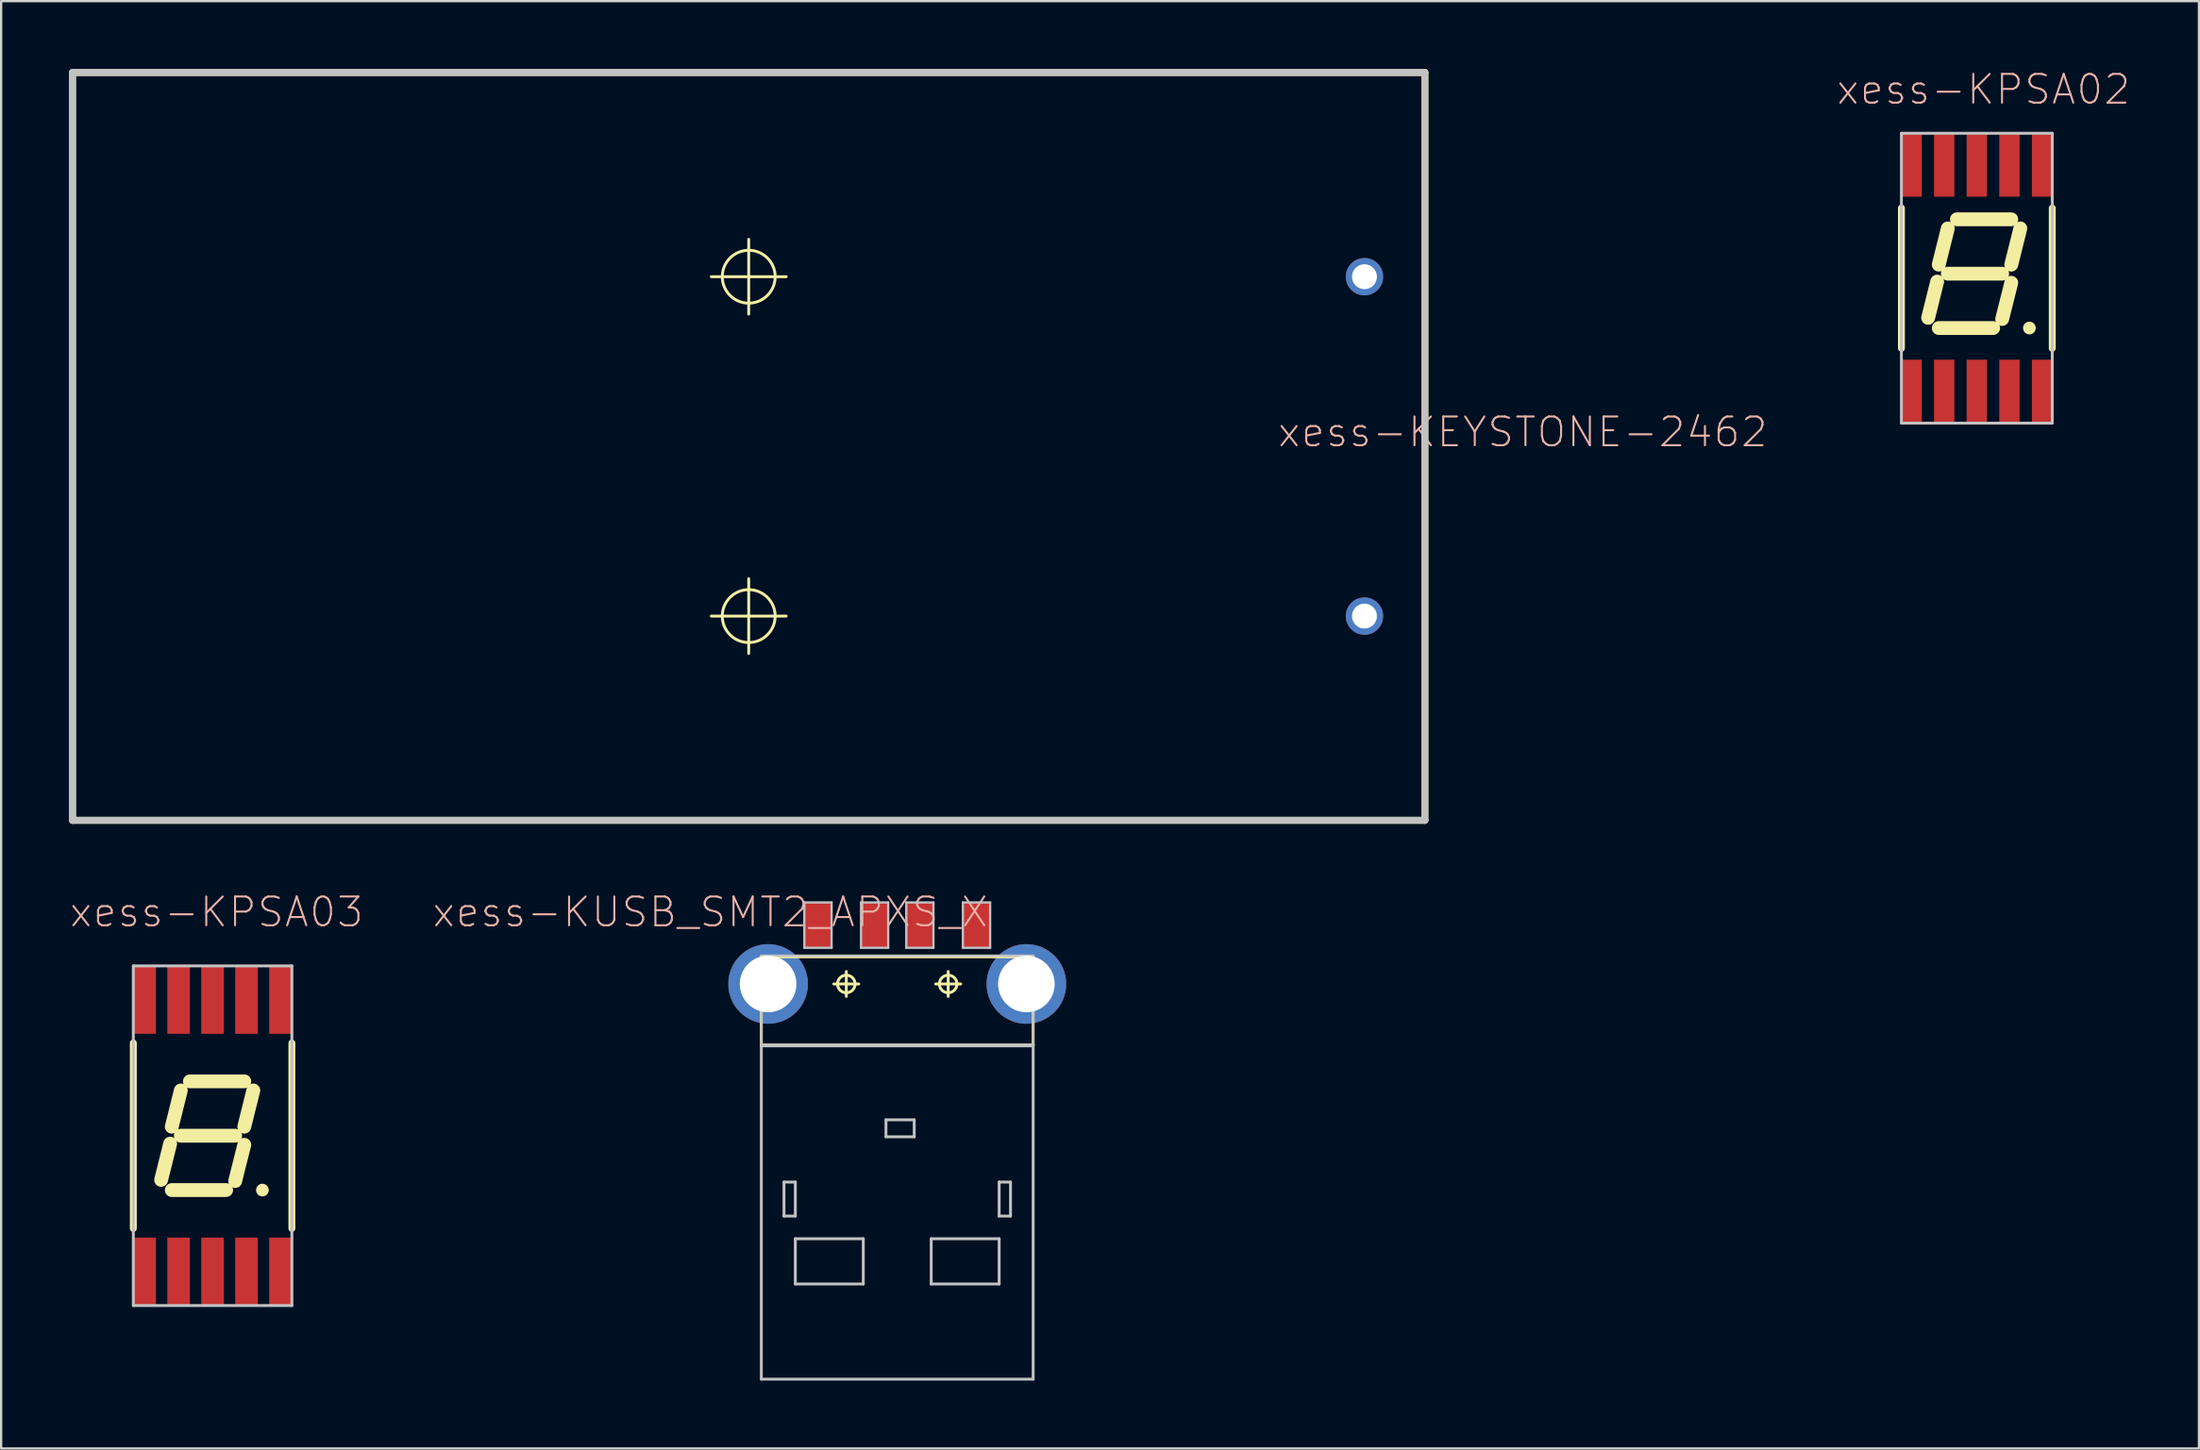
<source format=kicad_pcb>
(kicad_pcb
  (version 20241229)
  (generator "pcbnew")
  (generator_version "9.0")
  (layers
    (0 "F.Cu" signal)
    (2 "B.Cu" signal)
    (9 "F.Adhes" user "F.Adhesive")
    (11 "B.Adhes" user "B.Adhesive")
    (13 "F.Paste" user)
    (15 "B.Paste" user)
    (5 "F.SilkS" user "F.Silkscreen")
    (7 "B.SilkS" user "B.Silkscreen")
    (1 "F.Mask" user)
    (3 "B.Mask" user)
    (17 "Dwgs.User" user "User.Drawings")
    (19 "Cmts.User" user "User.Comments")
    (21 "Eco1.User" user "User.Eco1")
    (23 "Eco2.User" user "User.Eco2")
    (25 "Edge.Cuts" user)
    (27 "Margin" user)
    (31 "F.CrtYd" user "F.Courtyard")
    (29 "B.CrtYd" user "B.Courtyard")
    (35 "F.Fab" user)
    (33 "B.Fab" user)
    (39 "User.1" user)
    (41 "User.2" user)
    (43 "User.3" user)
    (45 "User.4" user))
  (footprint "xess-KEYSTONE-2462"
    (layer "F.Cu")
    (at 57.175 16.662)
    (property "Reference" "xess-KEYSTONE-2462" (at 6.985 -0.635 0) (layer "B.SilkS") (effects (font (size 1.27 1.27) (thickness 0.089))))
    (attr exclude_from_pos_files exclude_from_bom)
    (fp_line (start -57.023 -16.51) (end -57.023 16.51) (stroke (width 0.305) (type solid)) (layer "F.SilkS"))
    (fp_line (start -57.023 16.51) (end 2.667 16.51) (stroke (width 0.305) (type solid)) (layer "F.SilkS"))
    (fp_line (start -28.829 -7.493) (end -25.524 -7.493) (stroke (width 0.127) (type solid)) (layer "F.SilkS"))
    (fp_line (start -28.829 7.493) (end -25.524 7.493) (stroke (width 0.127) (type solid)) (layer "F.SilkS"))
    (fp_line (start -27.178 -5.842) (end -27.178 -9.144) (stroke (width 0.127) (type solid)) (layer "F.SilkS"))
    (fp_line (start -27.178 9.144) (end -27.178 5.842) (stroke (width 0.127) (type solid)) (layer "F.SilkS"))
    (fp_line (start 2.667 -16.51) (end -57.023 -16.51) (stroke (width 0.305) (type solid)) (layer "F.SilkS"))
    (fp_line (start 2.667 16.51) (end 2.667 -16.51) (stroke (width 0.305) (type solid)) (layer "F.SilkS"))
    (fp_circle (center -27.178 -7.493) (end -28.003 -8.319) (stroke (width 0.127) (type solid)) (fill no) (layer "F.SilkS"))
    (fp_circle (center -27.178 7.493) (end -28.003 8.319) (stroke (width 0.127) (type solid)) (fill no) (layer "F.SilkS"))
    (fp_line (start -57.023 -16.51) (end -57.023 16.51) (stroke (width 0.305) (type solid)) (layer "Dwgs.User"))
    (fp_line (start -57.023 16.51) (end 2.667 16.51) (stroke (width 0.305) (type solid)) (layer "Dwgs.User"))
    (fp_line (start 2.667 -16.51) (end -57.023 -16.51) (stroke (width 0.305) (type solid)) (layer "Dwgs.User"))
    (fp_line (start 2.667 16.51) (end 2.667 -16.51) (stroke (width 0.305) (type solid)) (layer "Dwgs.User"))
    (pad "+" thru_hole circle (at 0 7.493) (size 1.648 1.648) (drill 1.1) (layers "*.Cu" "*.Mask"))
    (pad "-" thru_hole circle (at 0 -7.493) (size 1.648 1.648) (drill 1.1) (layers "*.Cu" "*.Mask")))
  (footprint "xess-KUSB_SMT2_APXS_X"
    (layer "F.Cu")
    (at 36.553 40.399)
    (property "Reference" "xess-KUSB_SMT2_APXS_X" (at -8.255 -3.175 180) (layer "B.SilkS") (effects (font (size 1.27 1.27) (thickness 0.089))))
    (attr smd)
    (fp_line (start -5.999 -1.199) (end -5.999 2.697) (stroke (width 0.127) (type solid)) (layer "F.SilkS"))
    (fp_line (start -5.999 2.697) (end 5.999 2.697) (stroke (width 0.127) (type solid)) (layer "F.SilkS"))
    (fp_line (start -2.799 0) (end -1.699 0) (stroke (width 0.127) (type solid)) (layer "F.SilkS"))
    (fp_line (start -2.248 0.549) (end -2.248 -0.549) (stroke (width 0.127) (type solid)) (layer "F.SilkS"))
    (fp_line (start 1.699 0) (end 2.799 0) (stroke (width 0.127) (type solid)) (layer "F.SilkS"))
    (fp_line (start 2.248 0.549) (end 2.248 -0.549) (stroke (width 0.127) (type solid)) (layer "F.SilkS"))
    (fp_line (start 5.999 -1.199) (end -5.999 -1.199) (stroke (width 0.127) (type solid)) (layer "F.SilkS"))
    (fp_line (start 5.999 2.697) (end 5.999 -1.199) (stroke (width 0.127) (type solid)) (layer "F.SilkS"))
    (fp_circle (center -2.248 0) (end -2.522 0.274) (stroke (width 0.127) (type solid)) (fill no) (layer "F.SilkS"))
    (fp_circle (center 2.248 0) (end 2.522 0.274) (stroke (width 0.127) (type solid)) (fill no) (layer "F.SilkS"))
    (fp_line (start -5.999 -1.25) (end -5.999 2.748) (stroke (width 0.1) (type solid)) (layer "Dwgs.User"))
    (fp_line (start -5.999 2.697) (end -5.999 17.45) (stroke (width 0.127) (type solid)) (layer "Dwgs.User"))
    (fp_line (start -5.999 2.697) (end 5.999 2.697) (stroke (width 0.127) (type solid)) (layer "Dwgs.User"))
    (fp_line (start -5.999 2.748) (end 5.999 2.748) (stroke (width 0.1) (type solid)) (layer "Dwgs.User"))
    (fp_line (start -5.999 17.45) (end 5.999 17.45) (stroke (width 0.127) (type solid)) (layer "Dwgs.User"))
    (fp_line (start -4.999 8.748) (end -4.999 10.249) (stroke (width 0.127) (type solid)) (layer "Dwgs.User"))
    (fp_line (start -4.999 10.249) (end -4.498 10.249) (stroke (width 0.127) (type solid)) (layer "Dwgs.User"))
    (fp_line (start -4.498 8.748) (end -4.999 8.748) (stroke (width 0.127) (type solid)) (layer "Dwgs.User"))
    (fp_line (start -4.498 10.249) (end -4.498 8.748) (stroke (width 0.127) (type solid)) (layer "Dwgs.User"))
    (fp_line (start -4.498 11.25) (end -4.498 13.249) (stroke (width 0.127) (type solid)) (layer "Dwgs.User"))
    (fp_line (start -4.498 13.249) (end -1.499 13.249) (stroke (width 0.127) (type solid)) (layer "Dwgs.User"))
    (fp_line (start -4.1 -3.599) (end -2.898 -3.599) (stroke (width 0.1) (type solid)) (layer "Dwgs.User"))
    (fp_line (start -4.1 -1.598) (end -4.1 -3.599) (stroke (width 0.1) (type solid)) (layer "Dwgs.User"))
    (fp_line (start -2.898 -3.599) (end -2.898 -1.598) (stroke (width 0.1) (type solid)) (layer "Dwgs.User"))
    (fp_line (start -2.898 -1.598) (end -4.1 -1.598) (stroke (width 0.1) (type solid)) (layer "Dwgs.User"))
    (fp_line (start -1.598 -3.599) (end -0.399 -3.599) (stroke (width 0.1) (type solid)) (layer "Dwgs.User"))
    (fp_line (start -1.598 -1.598) (end -1.598 -3.599) (stroke (width 0.1) (type solid)) (layer "Dwgs.User"))
    (fp_line (start -1.499 11.25) (end -4.498 11.25) (stroke (width 0.127) (type solid)) (layer "Dwgs.User"))
    (fp_line (start -1.499 13.249) (end -1.499 11.25) (stroke (width 0.127) (type solid)) (layer "Dwgs.User"))
    (fp_line (start -0.498 5.999) (end -0.498 6.749) (stroke (width 0.127) (type solid)) (layer "Dwgs.User"))
    (fp_line (start -0.498 6.749) (end 0.749 6.749) (stroke (width 0.127) (type solid)) (layer "Dwgs.User"))
    (fp_line (start -0.399 -3.599) (end -0.399 -1.598) (stroke (width 0.1) (type solid)) (layer "Dwgs.User"))
    (fp_line (start -0.399 -1.598) (end -1.598 -1.598) (stroke (width 0.1) (type solid)) (layer "Dwgs.User"))
    (fp_line (start 0.399 -3.599) (end 1.598 -3.599) (stroke (width 0.1) (type solid)) (layer "Dwgs.User"))
    (fp_line (start 0.399 -1.598) (end 0.399 -3.599) (stroke (width 0.1) (type solid)) (layer "Dwgs.User"))
    (fp_line (start 0.749 5.999) (end -0.498 5.999) (stroke (width 0.127) (type solid)) (layer "Dwgs.User"))
    (fp_line (start 0.749 6.749) (end 0.749 5.999) (stroke (width 0.127) (type solid)) (layer "Dwgs.User"))
    (fp_line (start 1.499 11.25) (end 1.499 13.249) (stroke (width 0.127) (type solid)) (layer "Dwgs.User"))
    (fp_line (start 1.499 13.249) (end 4.498 13.249) (stroke (width 0.127) (type solid)) (layer "Dwgs.User"))
    (fp_line (start 1.598 -3.599) (end 1.598 -1.598) (stroke (width 0.1) (type solid)) (layer "Dwgs.User"))
    (fp_line (start 1.598 -1.598) (end 0.399 -1.598) (stroke (width 0.1) (type solid)) (layer "Dwgs.User"))
    (fp_line (start 2.898 -3.599) (end 4.1 -3.599) (stroke (width 0.1) (type solid)) (layer "Dwgs.User"))
    (fp_line (start 2.898 -1.598) (end 2.898 -3.599) (stroke (width 0.1) (type solid)) (layer "Dwgs.User"))
    (fp_line (start 4.1 -3.599) (end 4.1 -1.598) (stroke (width 0.1) (type solid)) (layer "Dwgs.User"))
    (fp_line (start 4.1 -1.598) (end 2.898 -1.598) (stroke (width 0.1) (type solid)) (layer "Dwgs.User"))
    (fp_line (start 4.498 8.748) (end 4.498 10.249) (stroke (width 0.127) (type solid)) (layer "Dwgs.User"))
    (fp_line (start 4.498 10.249) (end 4.999 10.249) (stroke (width 0.127) (type solid)) (layer "Dwgs.User"))
    (fp_line (start 4.498 11.25) (end 1.499 11.25) (stroke (width 0.127) (type solid)) (layer "Dwgs.User"))
    (fp_line (start 4.498 13.249) (end 4.498 11.25) (stroke (width 0.127) (type solid)) (layer "Dwgs.User"))
    (fp_line (start 4.999 8.748) (end 4.498 8.748) (stroke (width 0.127) (type solid)) (layer "Dwgs.User"))
    (fp_line (start 4.999 10.249) (end 4.999 8.748) (stroke (width 0.127) (type solid)) (layer "Dwgs.User"))
    (fp_line (start 5.999 -1.25) (end -5.999 -1.25) (stroke (width 0.1) (type solid)) (layer "Dwgs.User"))
    (fp_line (start 5.999 2.748) (end 5.999 -1.25) (stroke (width 0.1) (type solid)) (layer "Dwgs.User"))
    (fp_line (start 5.999 17.45) (end 5.999 2.697) (stroke (width 0.127) (type solid)) (layer "Dwgs.User"))
    (fp_circle (center -5.7 0) (end -6.449 0.749) (stroke (width 0.203) (type solid)) (fill no) (layer "Dwgs.User"))
    (fp_circle (center 5.7 0) (end 6.474 0.775) (stroke (width 0.203) (type solid)) (fill no) (layer "Dwgs.User"))
    (pad "1" smd rect (at 3.498 -2.598) (size 1.199 1.999) (layers "F.Cu" "F.Mask" "F.Paste"))
    (pad "2" smd rect (at 0.998 -2.598) (size 1.199 1.999) (layers "F.Cu" "F.Mask" "F.Paste"))
    (pad "3" smd rect (at -0.998 -2.598) (size 1.199 1.999) (layers "F.Cu" "F.Mask" "F.Paste"))
    (pad "4" smd rect (at -3.498 -2.598) (size 1.199 1.999) (layers "F.Cu" "F.Mask" "F.Paste"))
    (pad "M1" thru_hole circle (at 5.7 0) (size 3.515 3.515) (drill 2.499) (layers "*.Cu" "*.Mask"))
    (pad "M2" thru_hole circle (at -5.7 0) (size 3.515 3.515) (drill 2.499) (layers "*.Cu" "*.Mask")))
  (footprint "xess-KPSA02"
    (layer "F.Cu")
    (at 81.325 14.234)
    (property "Reference" "xess-KPSA02" (at 3.175 -13.335 0) (layer "B.SilkS") (effects (font (size 1.27 1.27) (thickness 0.089))))
    (attr smd)
    (fp_line (start -0.45 -8.095) (end -0.45 -1.905) (stroke (width 0.305) (type solid)) (layer "F.SilkS"))
    (fp_line (start 1.128 -4.849) (end 0.729 -3.249) (stroke (width 0.61) (type solid)) (layer "F.SilkS"))
    (fp_line (start 1.199 -2.799) (end 3.599 -2.799) (stroke (width 0.61) (type solid)) (layer "F.SilkS"))
    (fp_line (start 1.598 -7.198) (end 1.199 -5.598) (stroke (width 0.61) (type solid)) (layer "F.SilkS"))
    (fp_line (start 1.598 -5.199) (end 3.998 -5.199) (stroke (width 0.61) (type solid)) (layer "F.SilkS"))
    (fp_line (start 1.999 -7.6) (end 4.399 -7.6) (stroke (width 0.61) (type solid)) (layer "F.SilkS"))
    (fp_line (start 4.399 -4.798) (end 3.998 -3.198) (stroke (width 0.61) (type solid)) (layer "F.SilkS"))
    (fp_line (start 4.798 -7.198) (end 4.399 -5.598) (stroke (width 0.61) (type solid)) (layer "F.SilkS"))
    (fp_line (start 6.208 -1.905) (end 6.208 -8.095) (stroke (width 0.305) (type solid)) (layer "F.SilkS"))
    (fp_circle (center 5.199 -2.799) (end 5.397 -2.997) (stroke (width 0) (type solid)) (fill yes) (layer "F.SilkS"))
    (fp_line (start -0.45 -11.4) (end -0.45 1.4) (stroke (width 0.127) (type solid)) (layer "Dwgs.User"))
    (fp_line (start -0.45 1.4) (end 6.208 1.4) (stroke (width 0.127) (type solid)) (layer "Dwgs.User"))
    (fp_line (start 6.208 -11.4) (end -0.45 -11.4) (stroke (width 0.127) (type solid)) (layer "Dwgs.User"))
    (fp_line (start 6.208 1.4) (end 6.208 -11.4) (stroke (width 0.127) (type solid)) (layer "Dwgs.User"))
    (pad "1" smd rect (at 0 0) (size 0.899 2.799) (layers "F.Cu" "F.Mask" "F.Paste"))
    (pad "2" smd rect (at 1.438 0) (size 0.899 2.799) (layers "F.Cu" "F.Mask" "F.Paste"))
    (pad "3" smd rect (at 2.878 0) (size 0.899 2.799) (layers "F.Cu" "F.Mask" "F.Paste"))
    (pad "4" smd rect (at 4.318 0) (size 0.899 2.799) (layers "F.Cu" "F.Mask" "F.Paste"))
    (pad "5" smd rect (at 5.758 0) (size 0.899 2.799) (layers "F.Cu" "F.Mask" "F.Paste"))
    (pad "6" smd rect (at 5.758 -10) (size 0.899 2.799) (layers "F.Cu" "F.Mask" "F.Paste"))
    (pad "7" smd rect (at 4.318 -10) (size 0.899 2.799) (layers "F.Cu" "F.Mask" "F.Paste"))
    (pad "8" smd rect (at 2.878 -10) (size 0.899 2.799) (layers "F.Cu" "F.Mask" "F.Paste"))
    (pad "9" smd rect (at 1.438 -10) (size 0.899 2.799) (layers "F.Cu" "F.Mask" "F.Paste"))
    (pad "10" smd rect (at 0 -10) (size 0.899 2.799) (layers "F.Cu" "F.Mask" "F.Paste")))
  (footprint "xess-KPSA03"
    (layer "F.Cu")
    (at 3.333 53.099)
    (property "Reference" "xess-KPSA03" (at 3.175 -15.875 0) (layer "B.SilkS") (effects (font (size 1.27 1.27) (thickness 0.089))))
    (attr smd)
    (fp_line (start -0.498 -10.094) (end -0.498 -1.905) (stroke (width 0.305) (type solid)) (layer "F.SilkS"))
    (fp_line (start 1.128 -5.649) (end 0.729 -4.049) (stroke (width 0.61) (type solid)) (layer "F.SilkS"))
    (fp_line (start 1.199 -3.599) (end 3.599 -3.599) (stroke (width 0.61) (type solid)) (layer "F.SilkS"))
    (fp_line (start 1.598 -7.998) (end 1.199 -6.398) (stroke (width 0.61) (type solid)) (layer "F.SilkS"))
    (fp_line (start 1.598 -5.999) (end 3.998 -5.999) (stroke (width 0.61) (type solid)) (layer "F.SilkS"))
    (fp_line (start 1.999 -8.4) (end 4.399 -8.4) (stroke (width 0.61) (type solid)) (layer "F.SilkS"))
    (fp_line (start 4.399 -5.598) (end 3.998 -3.998) (stroke (width 0.61) (type solid)) (layer "F.SilkS"))
    (fp_line (start 4.798 -7.998) (end 4.399 -6.398) (stroke (width 0.61) (type solid)) (layer "F.SilkS"))
    (fp_line (start 6.5 -1.905) (end 6.5 -10.094) (stroke (width 0.305) (type solid)) (layer "F.SilkS"))
    (fp_circle (center 5.199 -3.599) (end 5.397 -3.797) (stroke (width 0) (type solid)) (fill yes) (layer "F.SilkS"))
    (fp_line (start -0.498 -13.498) (end -0.498 1.499) (stroke (width 0.127) (type solid)) (layer "Dwgs.User"))
    (fp_line (start -0.498 1.499) (end 6.5 1.499) (stroke (width 0.127) (type solid)) (layer "Dwgs.User"))
    (fp_line (start 6.5 -13.498) (end -0.498 -13.498) (stroke (width 0.127) (type solid)) (layer "Dwgs.User"))
    (fp_line (start 6.5 1.499) (end 6.5 -13.498) (stroke (width 0.127) (type solid)) (layer "Dwgs.User"))
    (pad "1" smd rect (at 0 0) (size 0.998 3) (layers "F.Cu" "F.Mask" "F.Paste"))
    (pad "2" smd rect (at 1.499 0) (size 0.998 3) (layers "F.Cu" "F.Mask" "F.Paste"))
    (pad "3" smd rect (at 3 0) (size 0.998 3) (layers "F.Cu" "F.Mask" "F.Paste"))
    (pad "4" smd rect (at 4.498 0) (size 0.998 3) (layers "F.Cu" "F.Mask" "F.Paste"))
    (pad "5" smd rect (at 5.999 0) (size 0.998 3) (layers "F.Cu" "F.Mask" "F.Paste"))
    (pad "6" smd rect (at 5.999 -11.999) (size 0.998 3) (layers "F.Cu" "F.Mask" "F.Paste"))
    (pad "7" smd rect (at 4.498 -11.999) (size 0.998 3) (layers "F.Cu" "F.Mask" "F.Paste"))
    (pad "8" smd rect (at 3 -11.999) (size 0.998 3) (layers "F.Cu" "F.Mask" "F.Paste"))
    (pad "9" smd rect (at 1.499 -11.999) (size 0.998 3) (layers "F.Cu" "F.Mask" "F.Paste"))
    (pad "10" smd rect (at 0 -11.999) (size 0.998 3) (layers "F.Cu" "F.Mask" "F.Paste")))
  (gr_rect
    (start -3 -3)
    (end 94.007 60.912)
    (stroke (width 0.1) (type default))
    (fill no)
    (layer "Edge.Cuts")))
</source>
